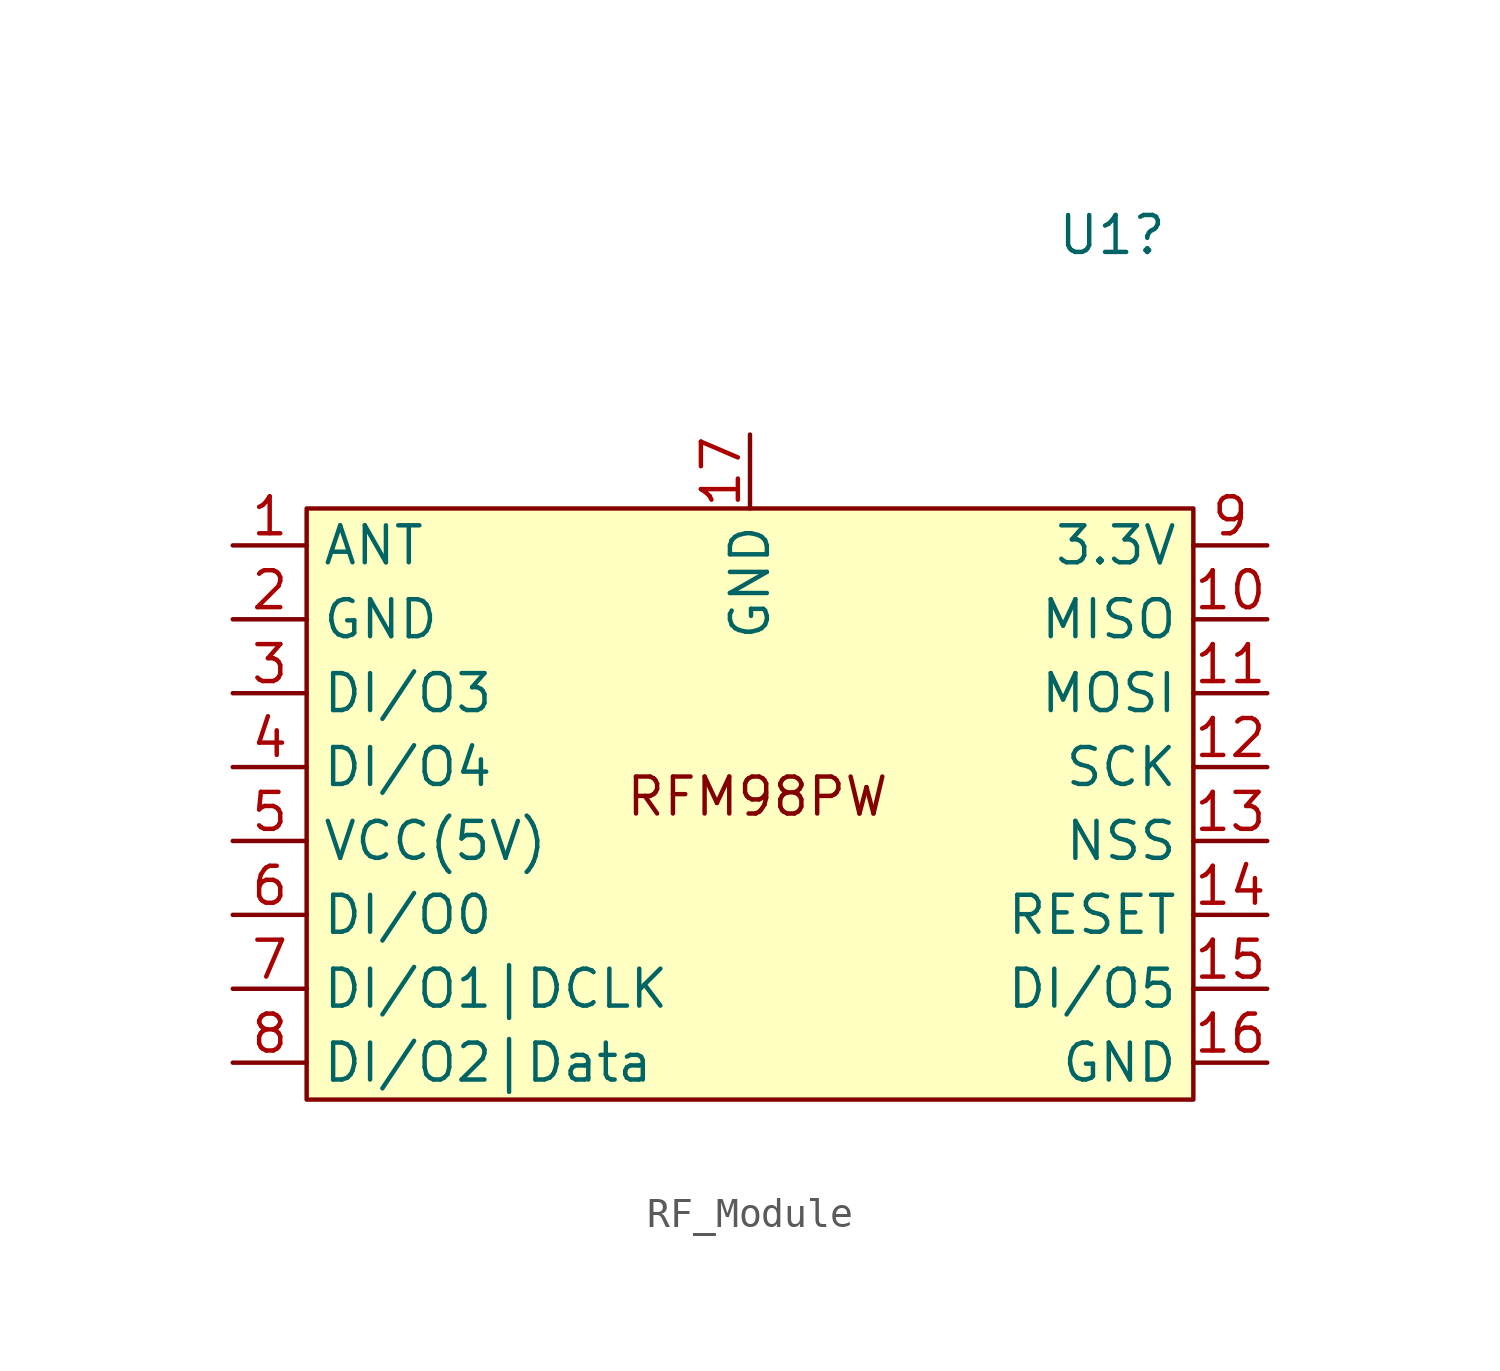
<source format=kicad_sym>
(kicad_symbol_lib
  (version 20241209)
  (generator "kicad_symbol_editor")
  (generator_version "9.0")
  (symbol "RF_Module"
    (property "Reference" "U1"
      (at 23.876 4.318 0)
      (effects (font (size 1.27 1.27))))
    (property "Value" ""
      (at 0 0 0)
      (effects (font (size 1.27 1.27))))
    (symbol "RF_Module_1_1"
      (rectangle (start -3.81 -5.08) (end 26.67 -25.4) (stroke (width 0) (type solid)) (fill (type background)))
      (text "RFM98PW" (at 11.684 -14.986 0) (effects (font (size 1.27 1.27))))
      (pin bidirectional line (at -6.35 -6.35 0) (length 2.54) (name "ANT" (effects (font (size 1.27 1.27)))) (number "1" (effects (font (size 1.27 1.27)))))
      (pin power_in line (at -6.35 -8.89 0) (length 2.54) (name "GND" (effects (font (size 1.27 1.27)))) (number "2" (effects (font (size 1.27 1.27)))))
      (pin bidirectional line (at -6.35 -11.43 0) (length 2.54) (name "DI/O3" (effects (font (size 1.27 1.27)))) (number "3" (effects (font (size 1.27 1.27)))))
      (pin bidirectional line (at -6.35 -13.97 0) (length 2.54) (name "DI/O4" (effects (font (size 1.27 1.27)))) (number "4" (effects (font (size 1.27 1.27)))))
      (pin input line (at -6.35 -16.51 0) (length 2.54) (name "VCC(5V)" (effects (font (size 1.27 1.27)))) (number "5" (effects (font (size 1.27 1.27)))))
      (pin bidirectional line (at -6.35 -19.05 0) (length 2.54) (name "DI/O0" (effects (font (size 1.27 1.27)))) (number "6" (effects (font (size 1.27 1.27)))))
      (pin bidirectional line (at -6.35 -21.59 0) (length 2.54) (name "DI/O1|DCLK" (effects (font (size 1.27 1.27)))) (number "7" (effects (font (size 1.27 1.27)))))
      (pin bidirectional line (at -6.35 -24.13 0) (length 2.54) (name "DI/O2|Data" (effects (font (size 1.27 1.27)))) (number "8" (effects (font (size 1.27 1.27)))))
      (pin power_in line (at 11.43 -2.54 270) (length 2.54) (name "GND" (effects (font (size 1.27 1.27)))) (number "17" (effects (font (size 1.27 1.27)))))
      (pin power_out line (at 29.21 -6.35 180) (length 2.54) (name "3.3V" (effects (font (size 1.27 1.27)))) (number "9" (effects (font (size 1.27 1.27)))))
      (pin output line (at 29.21 -8.89 180) (length 2.54) (name "MISO" (effects (font (size 1.27 1.27)))) (number "10" (effects (font (size 1.27 1.27)))))
      (pin input line (at 29.21 -11.43 180) (length 2.54) (name "MOSI" (effects (font (size 1.27 1.27)))) (number "11" (effects (font (size 1.27 1.27)))))
      (pin input line (at 29.21 -13.97 180) (length 2.54) (name "SCK" (effects (font (size 1.27 1.27)))) (number "12" (effects (font (size 1.27 1.27)))))
      (pin input line (at 29.21 -16.51 180) (length 2.54) (name "NSS" (effects (font (size 1.27 1.27)))) (number "13" (effects (font (size 1.27 1.27)))))
      (pin bidirectional line (at 29.21 -19.05 180) (length 2.54) (name "RESET" (effects (font (size 1.27 1.27)))) (number "14" (effects (font (size 1.27 1.27)))))
      (pin bidirectional line (at 29.21 -21.59 180) (length 2.54) (name "DI/O5" (effects (font (size 1.27 1.27)))) (number "15" (effects (font (size 1.27 1.27)))))
      (pin power_in line (at 29.21 -24.13 180) (length 2.54) (name "GND" (effects (font (size 1.27 1.27)))) (number "16" (effects (font (size 1.27 1.27))))))))
</source>
